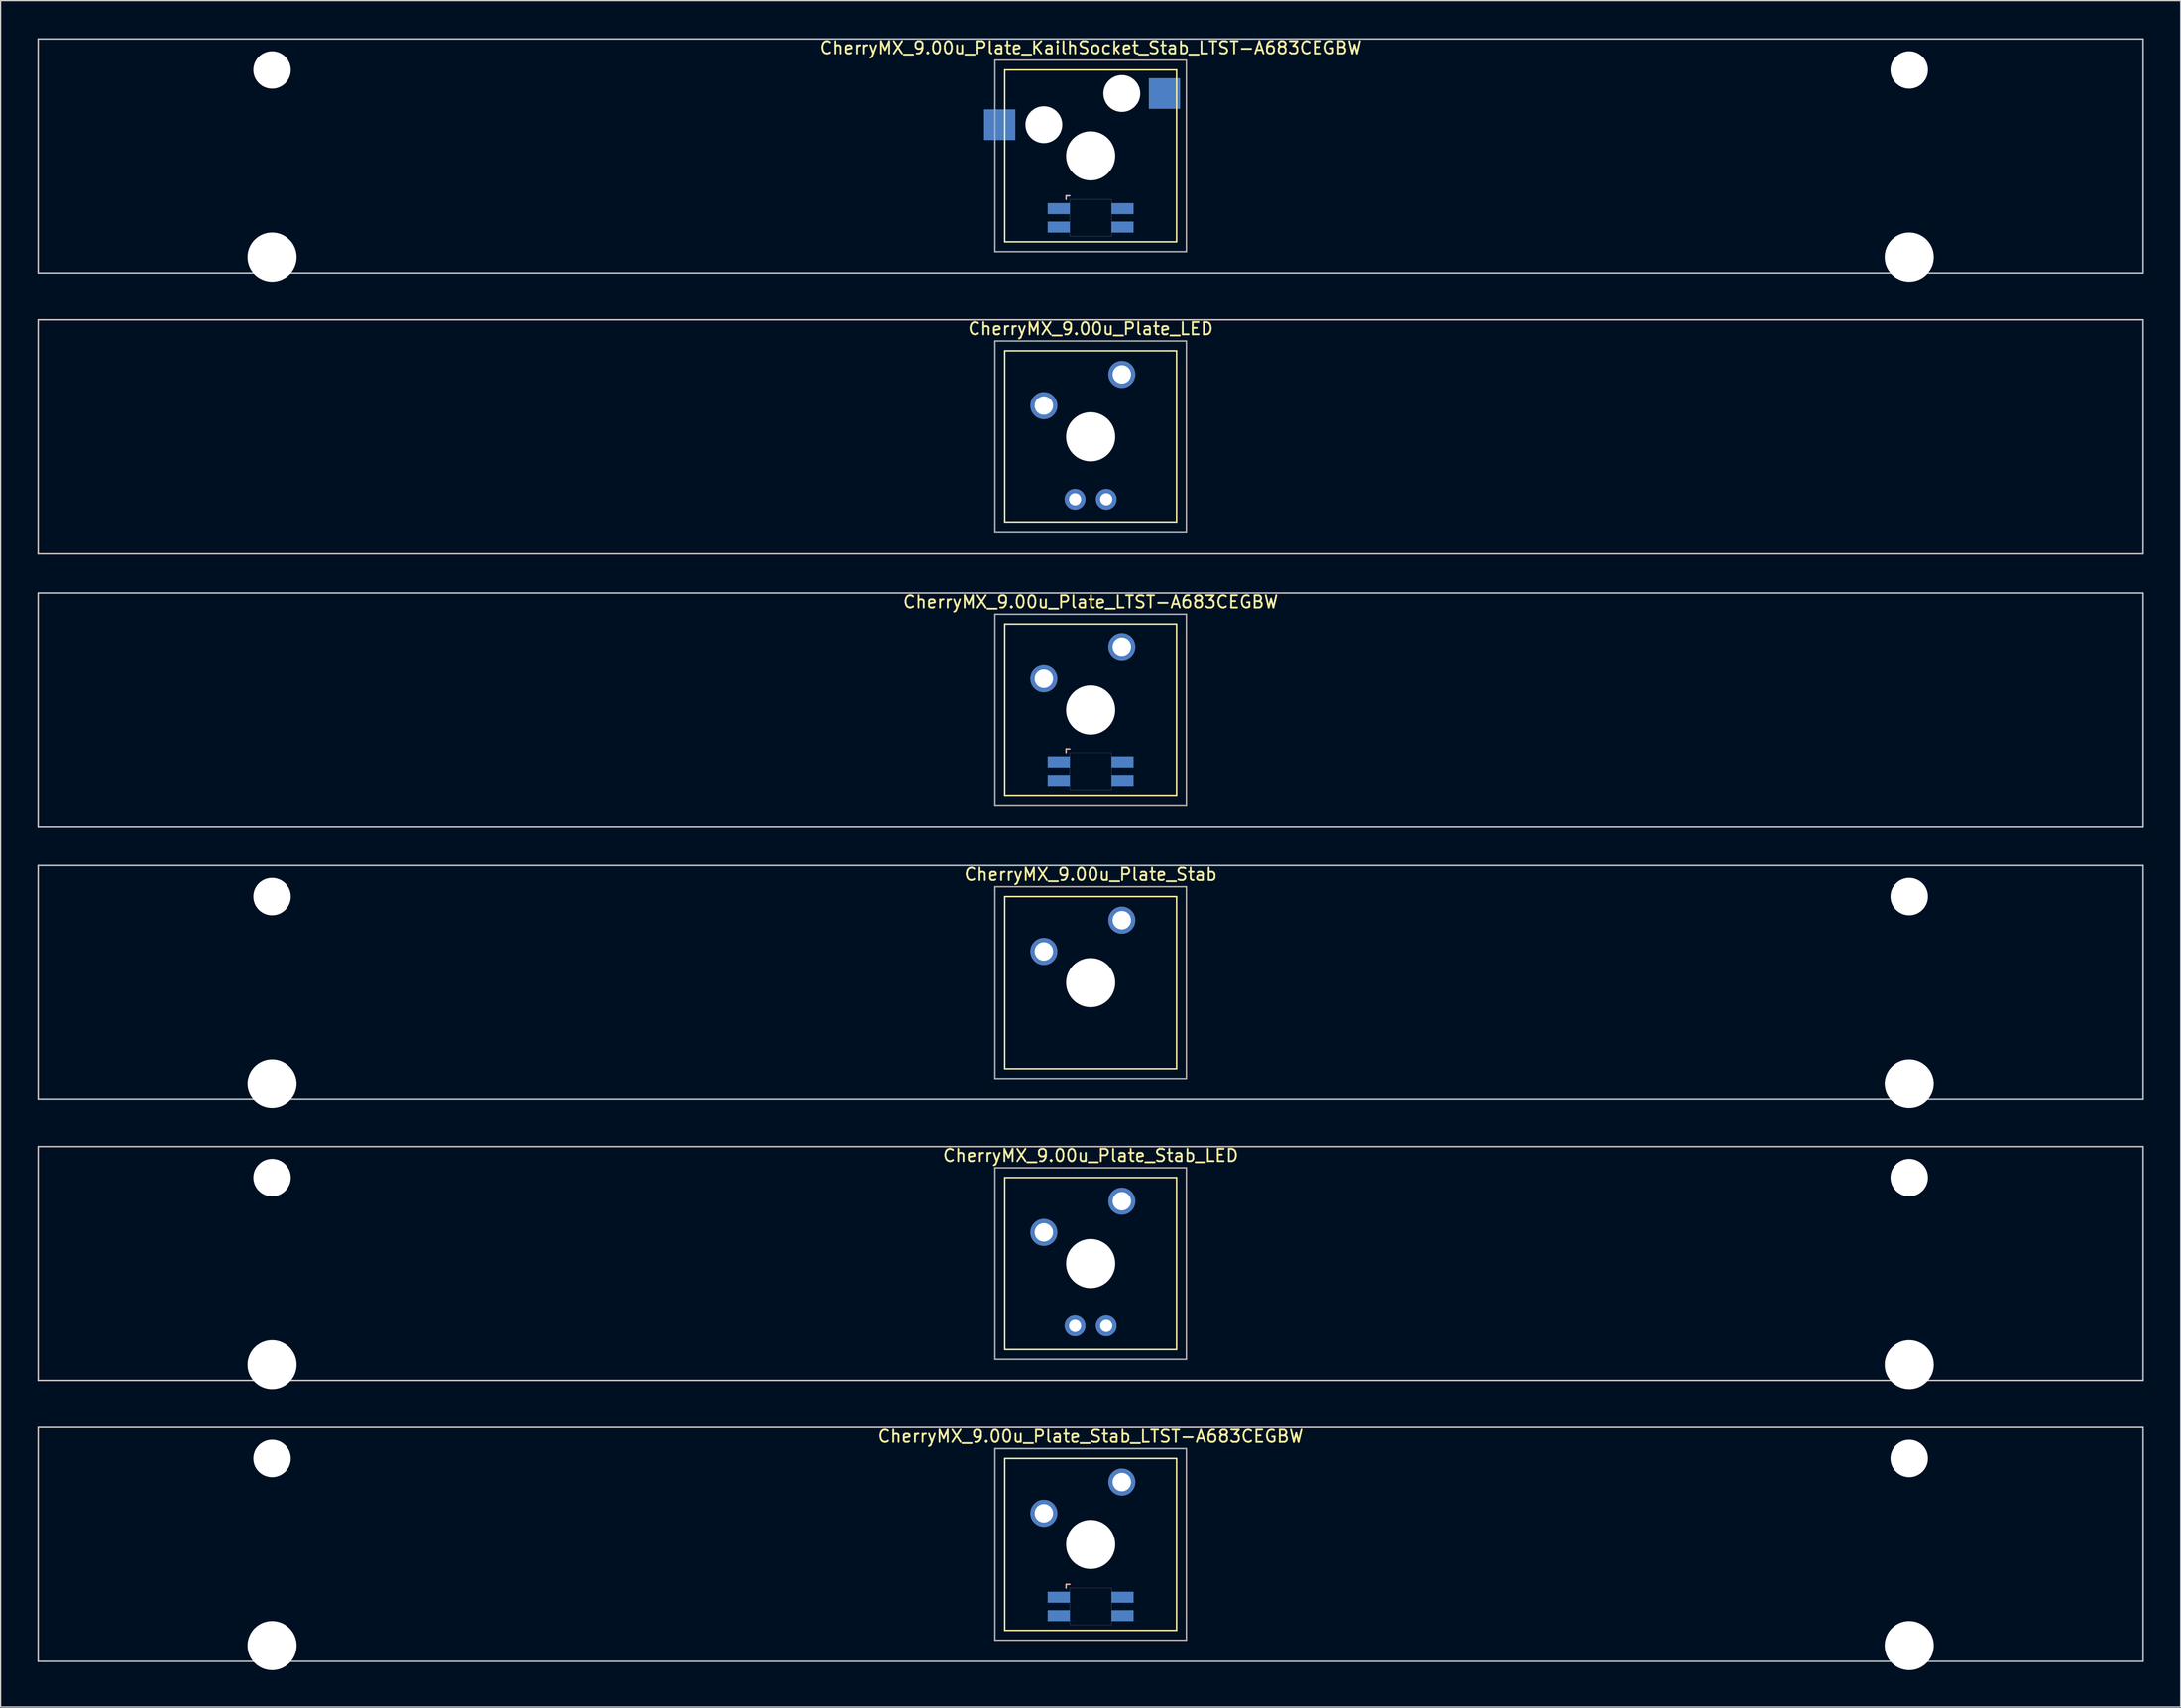
<source format=kicad_pcb>
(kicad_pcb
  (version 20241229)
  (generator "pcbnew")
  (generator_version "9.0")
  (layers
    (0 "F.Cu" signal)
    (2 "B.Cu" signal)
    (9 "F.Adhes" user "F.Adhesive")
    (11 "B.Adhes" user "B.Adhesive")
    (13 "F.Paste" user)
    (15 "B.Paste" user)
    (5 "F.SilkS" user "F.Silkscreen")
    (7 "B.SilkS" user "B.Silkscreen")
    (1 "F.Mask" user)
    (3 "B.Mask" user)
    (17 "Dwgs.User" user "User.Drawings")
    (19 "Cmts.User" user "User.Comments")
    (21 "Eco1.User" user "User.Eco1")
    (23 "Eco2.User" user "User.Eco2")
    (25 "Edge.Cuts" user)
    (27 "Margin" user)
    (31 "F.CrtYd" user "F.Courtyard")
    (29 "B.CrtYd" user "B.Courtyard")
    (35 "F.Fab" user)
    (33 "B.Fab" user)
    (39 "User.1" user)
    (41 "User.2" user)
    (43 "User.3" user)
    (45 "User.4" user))
  (footprint "CherryMX_9.00u_Plate_KailhSocket_Stab_LTST-A683CEGBW"
    (layer "F.Cu")
    (at 85.785 9.648)
    (property "Reference" "CherryMX_9.00u_Plate_KailhSocket_Stab_LTST-A683CEGBW" (at 0 -8.8 0) (layer "F.SilkS") (effects (font (size 1 1) (thickness 0.15))))
    (attr through_hole)
    (fp_line (start -7 -7) (end -7 7) (stroke (width 0.12) (type solid)) (layer "F.SilkS"))
    (fp_line (start -7 -7) (end 7 -7) (stroke (width 0.12) (type solid)) (layer "F.SilkS"))
    (fp_line (start 7 -7) (end 7 7) (stroke (width 0.12) (type solid)) (layer "F.SilkS"))
    (fp_line (start 7 7) (end -7 7) (stroke (width 0.12) (type solid)) (layer "F.SilkS"))
    (fp_line (start -2 3.25) (end -2 3.55) (stroke (width 0.12) (type solid)) (layer "B.SilkS"))
    (fp_line (start -1.7 3.25) (end -2 3.25) (stroke (width 0.12) (type solid)) (layer "B.SilkS"))
    (fp_line (start -85.725 -9.525) (end 85.725 -9.525) (stroke (width 0.12) (type solid)) (layer "Dwgs.User"))
    (fp_line (start -85.725 9.525) (end -85.725 -9.525) (stroke (width 0.12) (type solid)) (layer "Dwgs.User"))
    (fp_line (start 85.725 -9.525) (end 85.725 9.525) (stroke (width 0.12) (type solid)) (layer "Dwgs.User"))
    (fp_line (start 85.725 9.525) (end -85.725 9.525) (stroke (width 0.12) (type solid)) (layer "Dwgs.User"))
    (fp_poly (pts (xy 1.7 6.55) (xy -1.7 6.55) (xy -1.7 3.55) (xy 1.7 3.55)) (stroke (width 0.01) (type solid)) (fill no) (layer "Edge.Cuts"))
    (fp_line (start -7.8 -7.8) (end -7.8 7.8) (stroke (width 0.12) (type solid)) (layer "F.Fab"))
    (fp_line (start -7.8 -7.8) (end 7.8 -7.8) (stroke (width 0.12) (type solid)) (layer "F.Fab"))
    (fp_line (start -7.8 7.8) (end 7.8 7.8) (stroke (width 0.12) (type solid)) (layer "F.Fab"))
    (fp_line (start 7.8 -7.8) (end 7.8 7.8) (stroke (width 0.12) (type solid)) (layer "F.Fab"))
    (pad "" np_thru_hole circle (at -66.675 -7) (size 3.05 3.05) (drill 3.05) (layers "*.Cu" "*.Mask"))
    (pad "" np_thru_hole circle (at -66.675 8.24) (size 4 4) (drill 4) (layers "*.Cu" "*.Mask"))
    (pad "" np_thru_hole circle (at -3.81 -2.54) (size 3 3) (drill 3) (layers "*.Cu" "*.Mask"))
    (pad "" np_thru_hole circle (at 0 0) (size 4 4) (drill 4) (layers "*.Cu" "*.Mask"))
    (pad "" np_thru_hole circle (at 2.54 -5.08) (size 3 3) (drill 3) (layers "*.Cu" "*.Mask"))
    (pad "" np_thru_hole circle (at 66.675 -7) (size 3.05 3.05) (drill 3.05) (layers "*.Cu" "*.Mask"))
    (pad "" np_thru_hole circle (at 66.675 8.24) (size 4 4) (drill 4) (layers "*.Cu" "*.Mask"))
    (pad "1" smd rect (at -7.41 -2.54) (size 2.55 2.5) (layers "B.Cu" "B.Mask" "B.Paste"))
    (pad "2" smd rect (at 6.015 -5.08) (size 2.55 2.5) (layers "B.Cu" "B.Mask" "B.Paste"))
    (pad "3" smd rect (at -2.6 4.3) (size 1.8 0.9) (layers "B.Cu" "B.Mask" "B.Paste"))
    (pad "4" smd rect (at -2.6 5.8) (size 1.8 0.9) (layers "B.Cu" "B.Mask" "B.Paste"))
    (pad "5" smd rect (at 2.6 4.3) (size 1.8 0.9) (layers "B.Cu" "B.Mask" "B.Paste"))
    (pad "6" smd rect (at 2.6 5.8) (size 1.8 0.9) (layers "B.Cu" "B.Mask" "B.Paste")))
  (footprint "CherryMX_9.00u_Plate_LTST-A683CEGBW"
    (layer "F.Cu")
    (at 85.785 54.77)
    (property "Reference" "CherryMX_9.00u_Plate_LTST-A683CEGBW" (at 0 -8.8 0) (layer "F.SilkS") (effects (font (size 1 1) (thickness 0.15))))
    (attr through_hole)
    (fp_line (start -7 -7) (end -7 7) (stroke (width 0.12) (type solid)) (layer "F.SilkS"))
    (fp_line (start -7 -7) (end 7 -7) (stroke (width 0.12) (type solid)) (layer "F.SilkS"))
    (fp_line (start 7 -7) (end 7 7) (stroke (width 0.12) (type solid)) (layer "F.SilkS"))
    (fp_line (start 7 7) (end -7 7) (stroke (width 0.12) (type solid)) (layer "F.SilkS"))
    (fp_line (start -2 3.25) (end -2 3.55) (stroke (width 0.12) (type solid)) (layer "B.SilkS"))
    (fp_line (start -1.7 3.25) (end -2 3.25) (stroke (width 0.12) (type solid)) (layer "B.SilkS"))
    (fp_line (start -85.725 -9.525) (end 85.725 -9.525) (stroke (width 0.12) (type solid)) (layer "Dwgs.User"))
    (fp_line (start -85.725 9.525) (end -85.725 -9.525) (stroke (width 0.12) (type solid)) (layer "Dwgs.User"))
    (fp_line (start 85.725 -9.525) (end 85.725 9.525) (stroke (width 0.12) (type solid)) (layer "Dwgs.User"))
    (fp_line (start 85.725 9.525) (end -85.725 9.525) (stroke (width 0.12) (type solid)) (layer "Dwgs.User"))
    (fp_poly (pts (xy 1.7 6.55) (xy -1.7 6.55) (xy -1.7 3.55) (xy 1.7 3.55)) (stroke (width 0.01) (type solid)) (fill no) (layer "Edge.Cuts"))
    (fp_line (start -7.8 -7.8) (end -7.8 7.8) (stroke (width 0.12) (type solid)) (layer "F.Fab"))
    (fp_line (start -7.8 -7.8) (end 7.8 -7.8) (stroke (width 0.12) (type solid)) (layer "F.Fab"))
    (fp_line (start -7.8 7.8) (end 7.8 7.8) (stroke (width 0.12) (type solid)) (layer "F.Fab"))
    (fp_line (start 7.8 -7.8) (end 7.8 7.8) (stroke (width 0.12) (type solid)) (layer "F.Fab"))
    (pad "" np_thru_hole circle (at 0 0) (size 4 4) (drill 4) (layers "*.Cu" "*.Mask"))
    (pad "1" thru_hole circle (at -3.81 -2.54) (size 2.2 2.2) (drill 1.5) (layers "*.Cu" "*.Mask"))
    (pad "2" thru_hole circle (at 2.54 -5.08) (size 2.2 2.2) (drill 1.5) (layers "*.Cu" "*.Mask"))
    (pad "3" smd rect (at -2.6 4.3) (size 1.8 0.9) (layers "B.Cu" "B.Mask" "B.Paste"))
    (pad "4" smd rect (at -2.6 5.8) (size 1.8 0.9) (layers "B.Cu" "B.Mask" "B.Paste"))
    (pad "5" smd rect (at 2.6 4.3) (size 1.8 0.9) (layers "B.Cu" "B.Mask" "B.Paste"))
    (pad "6" smd rect (at 2.6 5.8) (size 1.8 0.9) (layers "B.Cu" "B.Mask" "B.Paste")))
  (footprint "CherryMX_9.00u_Plate_LED"
    (layer "F.Cu")
    (at 85.785 32.536)
    (property "Reference" "CherryMX_9.00u_Plate_LED" (at 0 -8.8 0) (layer "F.SilkS") (effects (font (size 1 1) (thickness 0.15))))
    (attr through_hole)
    (fp_line (start -7 -7) (end -7 7) (stroke (width 0.12) (type solid)) (layer "F.SilkS"))
    (fp_line (start -7 -7) (end 7 -7) (stroke (width 0.12) (type solid)) (layer "F.SilkS"))
    (fp_line (start 7 -7) (end 7 7) (stroke (width 0.12) (type solid)) (layer "F.SilkS"))
    (fp_line (start 7 7) (end -7 7) (stroke (width 0.12) (type solid)) (layer "F.SilkS"))
    (fp_line (start -85.725 -9.525) (end 85.725 -9.525) (stroke (width 0.12) (type solid)) (layer "Dwgs.User"))
    (fp_line (start -85.725 9.525) (end -85.725 -9.525) (stroke (width 0.12) (type solid)) (layer "Dwgs.User"))
    (fp_line (start 85.725 -9.525) (end 85.725 9.525) (stroke (width 0.12) (type solid)) (layer "Dwgs.User"))
    (fp_line (start 85.725 9.525) (end -85.725 9.525) (stroke (width 0.12) (type solid)) (layer "Dwgs.User"))
    (fp_line (start -7.8 -7.8) (end -7.8 7.8) (stroke (width 0.12) (type solid)) (layer "F.Fab"))
    (fp_line (start -7.8 -7.8) (end 7.8 -7.8) (stroke (width 0.12) (type solid)) (layer "F.Fab"))
    (fp_line (start -7.8 7.8) (end 7.8 7.8) (stroke (width 0.12) (type solid)) (layer "F.Fab"))
    (fp_line (start 7.8 -7.8) (end 7.8 7.8) (stroke (width 0.12) (type solid)) (layer "F.Fab"))
    (pad "" np_thru_hole circle (at 0 0) (size 4 4) (drill 4) (layers "*.Cu" "*.Mask"))
    (pad "1" thru_hole circle (at -3.81 -2.54) (size 2.2 2.2) (drill 1.5) (layers "*.Cu" "*.Mask"))
    (pad "2" thru_hole circle (at 2.54 -5.08) (size 2.2 2.2) (drill 1.5) (layers "*.Cu" "*.Mask"))
    (pad "3" thru_hole circle (at -1.27 5.08) (size 1.691 1.691) (drill 0.991) (layers "*.Cu" "*.Mask"))
    (pad "4" thru_hole circle (at 1.27 5.08) (size 1.691 1.691) (drill 0.991) (layers "*.Cu" "*.Mask")))
  (footprint "CherryMX_9.00u_Plate_Stab"
    (layer "F.Cu")
    (at 85.785 77.003)
    (property "Reference" "CherryMX_9.00u_Plate_Stab" (at 0 -8.8 0) (layer "F.SilkS") (effects (font (size 1 1) (thickness 0.15))))
    (attr through_hole)
    (fp_line (start -7 -7) (end -7 7) (stroke (width 0.12) (type solid)) (layer "F.SilkS"))
    (fp_line (start -7 -7) (end 7 -7) (stroke (width 0.12) (type solid)) (layer "F.SilkS"))
    (fp_line (start 7 -7) (end 7 7) (stroke (width 0.12) (type solid)) (layer "F.SilkS"))
    (fp_line (start 7 7) (end -7 7) (stroke (width 0.12) (type solid)) (layer "F.SilkS"))
    (fp_line (start -85.725 -9.525) (end 85.725 -9.525) (stroke (width 0.12) (type solid)) (layer "Dwgs.User"))
    (fp_line (start -85.725 9.525) (end -85.725 -9.525) (stroke (width 0.12) (type solid)) (layer "Dwgs.User"))
    (fp_line (start 85.725 -9.525) (end 85.725 9.525) (stroke (width 0.12) (type solid)) (layer "Dwgs.User"))
    (fp_line (start 85.725 9.525) (end -85.725 9.525) (stroke (width 0.12) (type solid)) (layer "Dwgs.User"))
    (fp_line (start -7.8 -7.8) (end -7.8 7.8) (stroke (width 0.12) (type solid)) (layer "F.Fab"))
    (fp_line (start -7.8 -7.8) (end 7.8 -7.8) (stroke (width 0.12) (type solid)) (layer "F.Fab"))
    (fp_line (start -7.8 7.8) (end 7.8 7.8) (stroke (width 0.12) (type solid)) (layer "F.Fab"))
    (fp_line (start 7.8 -7.8) (end 7.8 7.8) (stroke (width 0.12) (type solid)) (layer "F.Fab"))
    (pad "" np_thru_hole circle (at -66.675 -7) (size 3.05 3.05) (drill 3.05) (layers "*.Cu" "*.Mask"))
    (pad "" np_thru_hole circle (at -66.675 8.24) (size 4 4) (drill 4) (layers "*.Cu" "*.Mask"))
    (pad "" np_thru_hole circle (at 0 0) (size 4 4) (drill 4) (layers "*.Cu" "*.Mask"))
    (pad "" np_thru_hole circle (at 66.675 -7) (size 3.05 3.05) (drill 3.05) (layers "*.Cu" "*.Mask"))
    (pad "" np_thru_hole circle (at 66.675 8.24) (size 4 4) (drill 4) (layers "*.Cu" "*.Mask"))
    (pad "1" thru_hole circle (at -3.81 -2.54) (size 2.2 2.2) (drill 1.5) (layers "*.Cu" "*.Mask"))
    (pad "2" thru_hole circle (at 2.54 -5.08) (size 2.2 2.2) (drill 1.5) (layers "*.Cu" "*.Mask")))
  (footprint "CherryMX_9.00u_Plate_Stab_LED"
    (layer "F.Cu")
    (at 85.785 99.891)
    (property "Reference" "CherryMX_9.00u_Plate_Stab_LED" (at 0 -8.8 0) (layer "F.SilkS") (effects (font (size 1 1) (thickness 0.15))))
    (attr through_hole)
    (fp_line (start -7 -7) (end -7 7) (stroke (width 0.12) (type solid)) (layer "F.SilkS"))
    (fp_line (start -7 -7) (end 7 -7) (stroke (width 0.12) (type solid)) (layer "F.SilkS"))
    (fp_line (start 7 -7) (end 7 7) (stroke (width 0.12) (type solid)) (layer "F.SilkS"))
    (fp_line (start 7 7) (end -7 7) (stroke (width 0.12) (type solid)) (layer "F.SilkS"))
    (fp_line (start -85.725 -9.525) (end 85.725 -9.525) (stroke (width 0.12) (type solid)) (layer "Dwgs.User"))
    (fp_line (start -85.725 9.525) (end -85.725 -9.525) (stroke (width 0.12) (type solid)) (layer "Dwgs.User"))
    (fp_line (start 85.725 -9.525) (end 85.725 9.525) (stroke (width 0.12) (type solid)) (layer "Dwgs.User"))
    (fp_line (start 85.725 9.525) (end -85.725 9.525) (stroke (width 0.12) (type solid)) (layer "Dwgs.User"))
    (fp_line (start -7.8 -7.8) (end -7.8 7.8) (stroke (width 0.12) (type solid)) (layer "F.Fab"))
    (fp_line (start -7.8 -7.8) (end 7.8 -7.8) (stroke (width 0.12) (type solid)) (layer "F.Fab"))
    (fp_line (start -7.8 7.8) (end 7.8 7.8) (stroke (width 0.12) (type solid)) (layer "F.Fab"))
    (fp_line (start 7.8 -7.8) (end 7.8 7.8) (stroke (width 0.12) (type solid)) (layer "F.Fab"))
    (pad "" np_thru_hole circle (at -66.675 -7) (size 3.05 3.05) (drill 3.05) (layers "*.Cu" "*.Mask"))
    (pad "" np_thru_hole circle (at -66.675 8.24) (size 4 4) (drill 4) (layers "*.Cu" "*.Mask"))
    (pad "" np_thru_hole circle (at 0 0) (size 4 4) (drill 4) (layers "*.Cu" "*.Mask"))
    (pad "" np_thru_hole circle (at 66.675 -7) (size 3.05 3.05) (drill 3.05) (layers "*.Cu" "*.Mask"))
    (pad "" np_thru_hole circle (at 66.675 8.24) (size 4 4) (drill 4) (layers "*.Cu" "*.Mask"))
    (pad "1" thru_hole circle (at -3.81 -2.54) (size 2.2 2.2) (drill 1.5) (layers "*.Cu" "*.Mask"))
    (pad "2" thru_hole circle (at 2.54 -5.08) (size 2.2 2.2) (drill 1.5) (layers "*.Cu" "*.Mask"))
    (pad "3" thru_hole circle (at -1.27 5.08) (size 1.691 1.691) (drill 0.991) (layers "*.Cu" "*.Mask"))
    (pad "4" thru_hole circle (at 1.27 5.08) (size 1.691 1.691) (drill 0.991) (layers "*.Cu" "*.Mask")))
  (footprint "CherryMX_9.00u_Plate_Stab_LTST-A683CEGBW"
    (layer "F.Cu")
    (at 85.785 122.779)
    (property "Reference" "CherryMX_9.00u_Plate_Stab_LTST-A683CEGBW" (at 0 -8.8 0) (layer "F.SilkS") (effects (font (size 1 1) (thickness 0.15))))
    (attr through_hole)
    (fp_line (start -7 -7) (end -7 7) (stroke (width 0.12) (type solid)) (layer "F.SilkS"))
    (fp_line (start -7 -7) (end 7 -7) (stroke (width 0.12) (type solid)) (layer "F.SilkS"))
    (fp_line (start 7 -7) (end 7 7) (stroke (width 0.12) (type solid)) (layer "F.SilkS"))
    (fp_line (start 7 7) (end -7 7) (stroke (width 0.12) (type solid)) (layer "F.SilkS"))
    (fp_line (start -2 3.25) (end -2 3.55) (stroke (width 0.12) (type solid)) (layer "B.SilkS"))
    (fp_line (start -1.7 3.25) (end -2 3.25) (stroke (width 0.12) (type solid)) (layer "B.SilkS"))
    (fp_line (start -85.725 -9.525) (end 85.725 -9.525) (stroke (width 0.12) (type solid)) (layer "Dwgs.User"))
    (fp_line (start -85.725 9.525) (end -85.725 -9.525) (stroke (width 0.12) (type solid)) (layer "Dwgs.User"))
    (fp_line (start 85.725 -9.525) (end 85.725 9.525) (stroke (width 0.12) (type solid)) (layer "Dwgs.User"))
    (fp_line (start 85.725 9.525) (end -85.725 9.525) (stroke (width 0.12) (type solid)) (layer "Dwgs.User"))
    (fp_poly (pts (xy 1.7 6.55) (xy -1.7 6.55) (xy -1.7 3.55) (xy 1.7 3.55)) (stroke (width 0.01) (type solid)) (fill no) (layer "Edge.Cuts"))
    (fp_line (start -7.8 -7.8) (end -7.8 7.8) (stroke (width 0.12) (type solid)) (layer "F.Fab"))
    (fp_line (start -7.8 -7.8) (end 7.8 -7.8) (stroke (width 0.12) (type solid)) (layer "F.Fab"))
    (fp_line (start -7.8 7.8) (end 7.8 7.8) (stroke (width 0.12) (type solid)) (layer "F.Fab"))
    (fp_line (start 7.8 -7.8) (end 7.8 7.8) (stroke (width 0.12) (type solid)) (layer "F.Fab"))
    (pad "" np_thru_hole circle (at -66.675 -7) (size 3.05 3.05) (drill 3.05) (layers "*.Cu" "*.Mask"))
    (pad "" np_thru_hole circle (at -66.675 8.24) (size 4 4) (drill 4) (layers "*.Cu" "*.Mask"))
    (pad "" np_thru_hole circle (at 0 0) (size 4 4) (drill 4) (layers "*.Cu" "*.Mask"))
    (pad "" np_thru_hole circle (at 66.675 -7) (size 3.05 3.05) (drill 3.05) (layers "*.Cu" "*.Mask"))
    (pad "" np_thru_hole circle (at 66.675 8.24) (size 4 4) (drill 4) (layers "*.Cu" "*.Mask"))
    (pad "1" thru_hole circle (at -3.81 -2.54) (size 2.2 2.2) (drill 1.5) (layers "*.Cu" "*.Mask"))
    (pad "2" thru_hole circle (at 2.54 -5.08) (size 2.2 2.2) (drill 1.5) (layers "*.Cu" "*.Mask"))
    (pad "3" smd rect (at -2.6 4.3) (size 1.8 0.9) (layers "B.Cu" "B.Mask" "B.Paste"))
    (pad "4" smd rect (at -2.6 5.8) (size 1.8 0.9) (layers "B.Cu" "B.Mask" "B.Paste"))
    (pad "5" smd rect (at 2.6 4.3) (size 1.8 0.9) (layers "B.Cu" "B.Mask" "B.Paste"))
    (pad "6" smd rect (at 2.6 5.8) (size 1.8 0.9) (layers "B.Cu" "B.Mask" "B.Paste")))
  (gr_rect
    (start -3 -3)
    (end 174.57 136.019)
    (stroke (width 0.1) (type default))
    (fill no)
    (layer "Edge.Cuts")))
</source>
